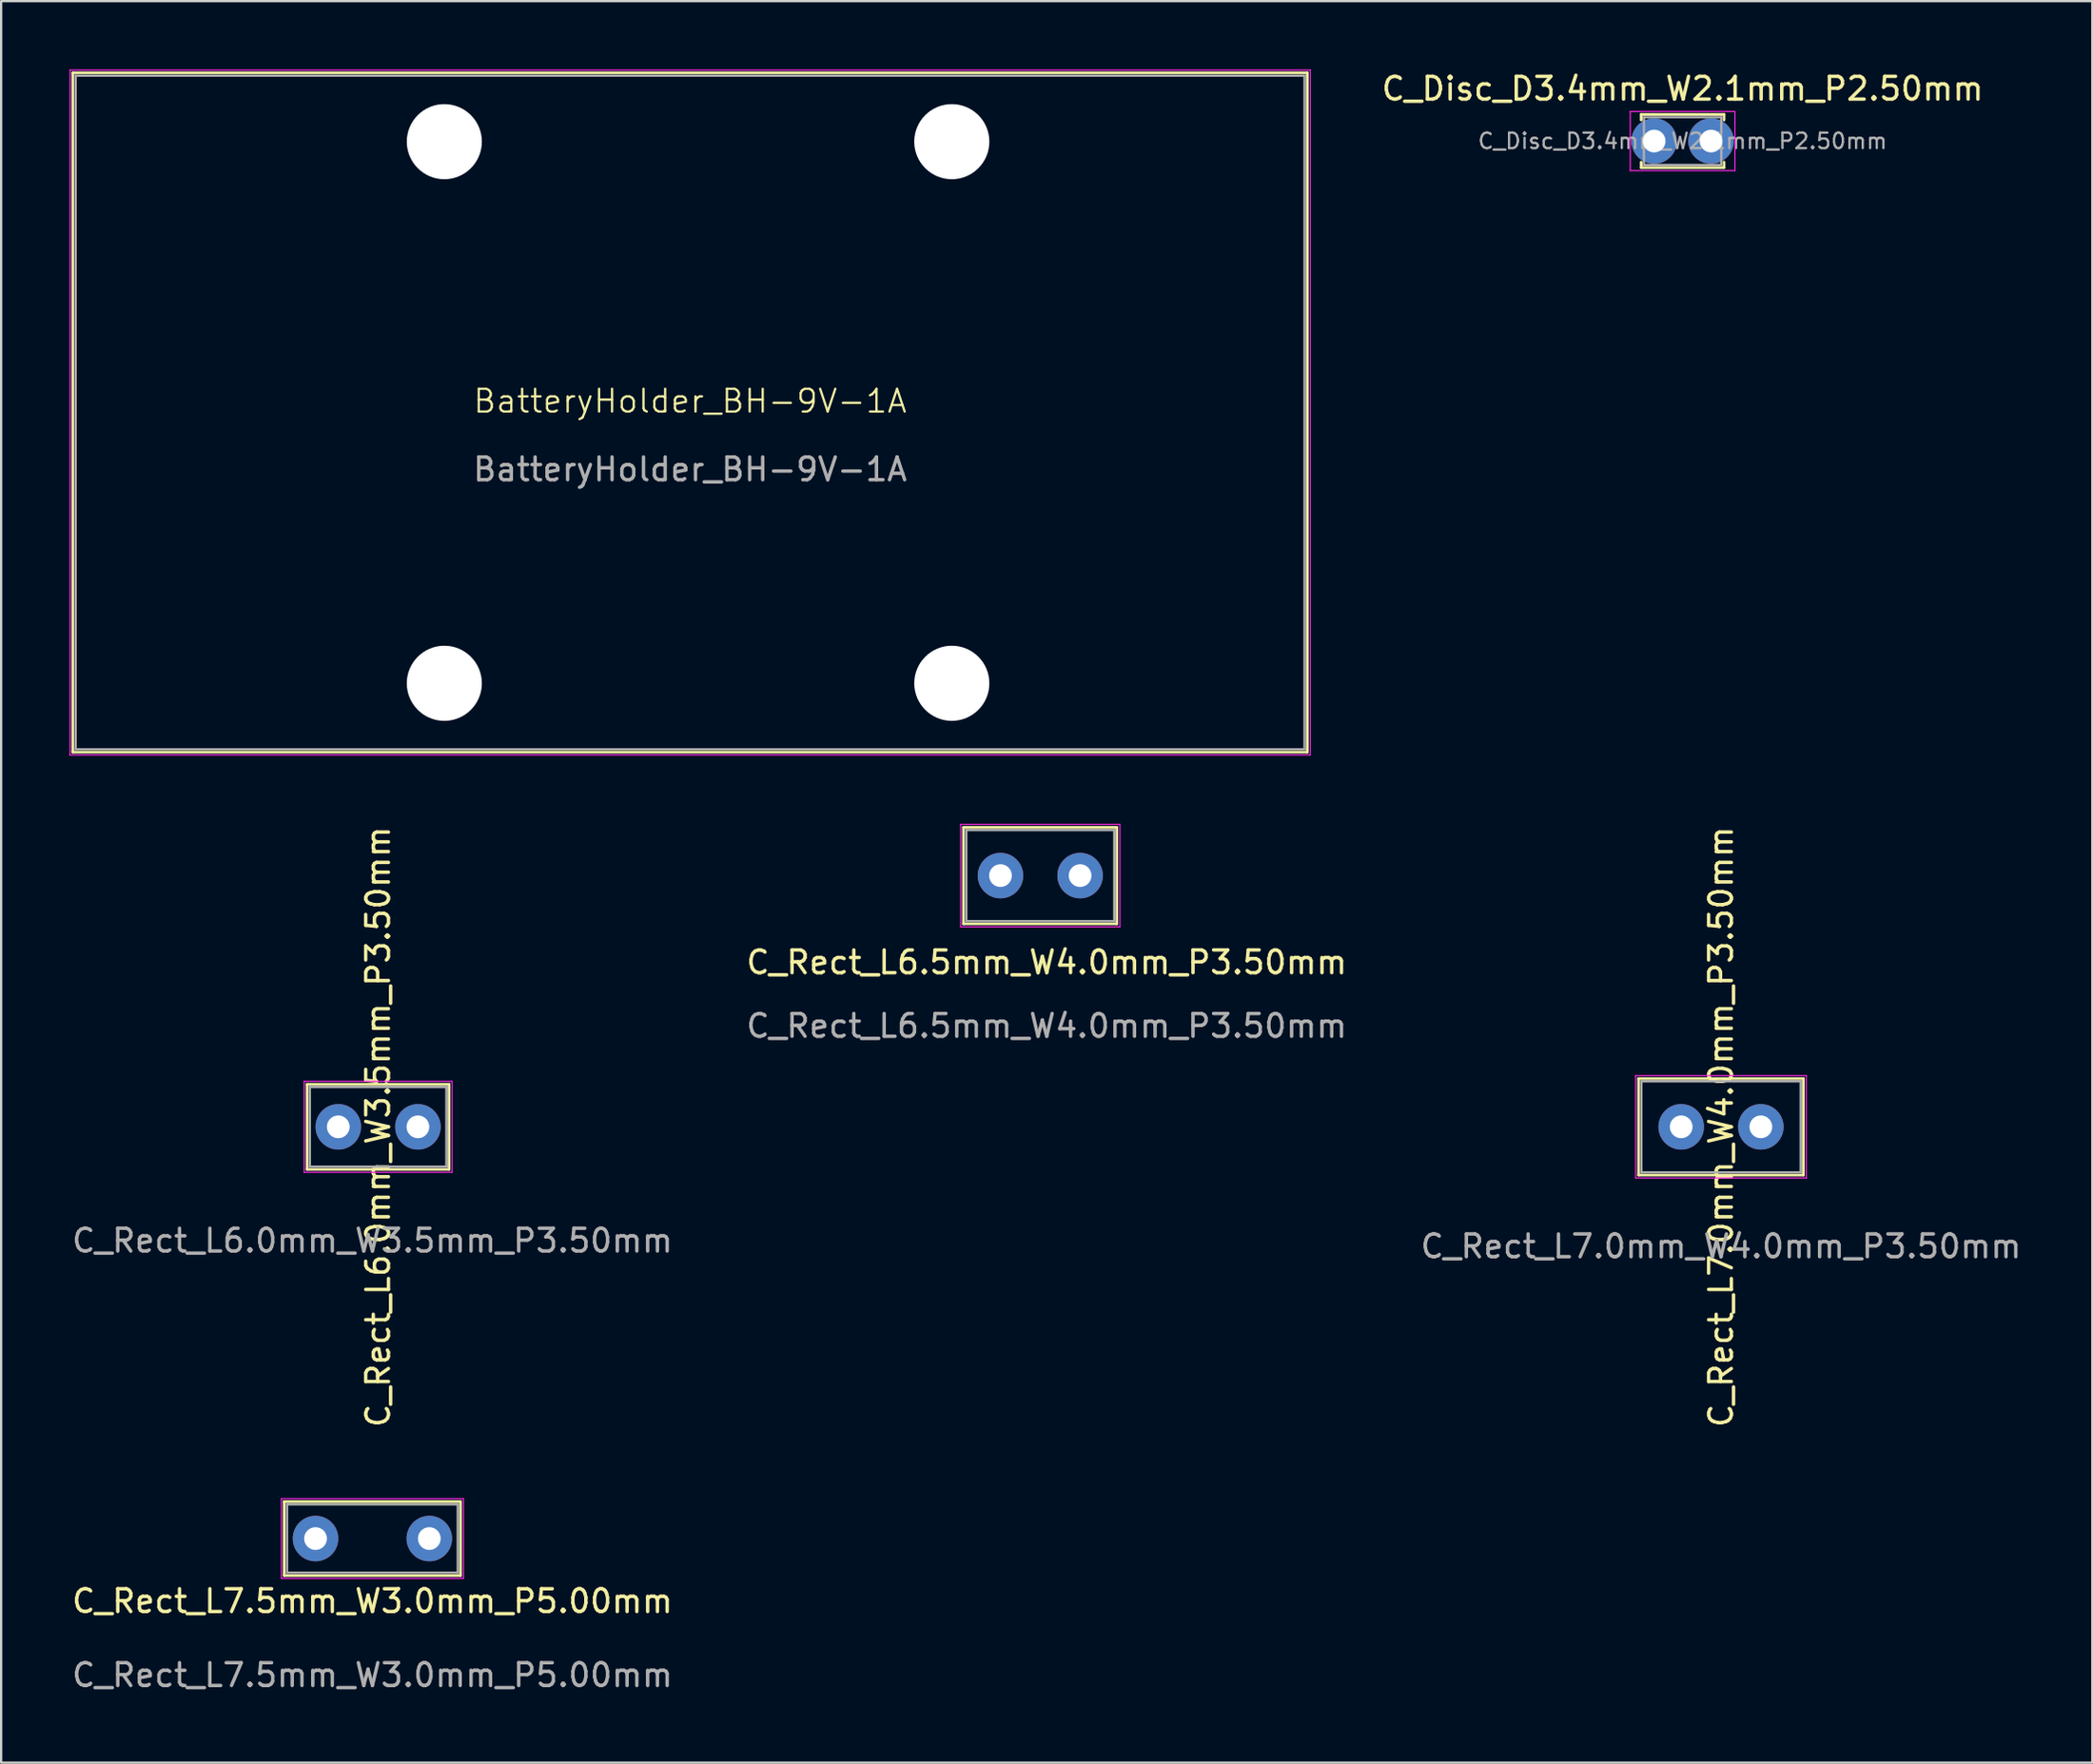
<source format=kicad_pcb>
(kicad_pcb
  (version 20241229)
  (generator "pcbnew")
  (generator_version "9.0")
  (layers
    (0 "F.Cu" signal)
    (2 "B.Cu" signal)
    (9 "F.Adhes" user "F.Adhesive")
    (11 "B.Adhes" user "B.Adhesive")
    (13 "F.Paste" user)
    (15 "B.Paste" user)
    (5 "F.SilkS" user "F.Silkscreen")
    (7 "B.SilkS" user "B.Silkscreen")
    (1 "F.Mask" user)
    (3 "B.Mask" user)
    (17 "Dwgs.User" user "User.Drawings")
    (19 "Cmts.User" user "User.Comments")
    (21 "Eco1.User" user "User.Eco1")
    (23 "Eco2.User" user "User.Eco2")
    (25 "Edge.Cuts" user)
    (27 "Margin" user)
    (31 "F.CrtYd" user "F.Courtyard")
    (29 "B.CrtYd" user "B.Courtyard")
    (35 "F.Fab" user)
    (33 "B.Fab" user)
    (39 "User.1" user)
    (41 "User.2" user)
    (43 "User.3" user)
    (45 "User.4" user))
  (footprint "C_Rect_L7.5mm_W3.0mm_P5.00mm"
    (layer "F.Cu")
    (at 10.815 64.556)
    (property "Reference" "C_Rect_L7.5mm_W3.0mm_P5.00mm" (at 2.5 2.75 0) (unlocked yes) (layer "F.SilkS") (effects (font (size 1 1) (thickness 0.15))))
    (attr through_hole)
    (fp_line (start -1.375 -1.625) (end -1.375 1.625) (stroke (width 0.12) (type solid)) (layer "F.SilkS"))
    (fp_line (start -1.375 -1.625) (end 6.375 -1.625) (stroke (width 0.12) (type solid)) (layer "F.SilkS"))
    (fp_line (start -1.375 1.625) (end 6.375 1.625) (stroke (width 0.12) (type solid)) (layer "F.SilkS"))
    (fp_line (start 6.375 -1.625) (end 6.375 1.625) (stroke (width 0.12) (type solid)) (layer "F.SilkS"))
    (fp_line (start -1.5 -1.75) (end -1.5 1.75) (stroke (width 0.05) (type solid)) (layer "F.CrtYd"))
    (fp_line (start -1.5 1.75) (end 6.5 1.75) (stroke (width 0.05) (type solid)) (layer "F.CrtYd"))
    (fp_line (start 6.5 -1.75) (end -1.5 -1.75) (stroke (width 0.05) (type solid)) (layer "F.CrtYd"))
    (fp_line (start 6.5 1.75) (end 6.5 -1.75) (stroke (width 0.05) (type solid)) (layer "F.CrtYd"))
    (fp_line (start -1.25 -1.5) (end -1.25 1.5) (stroke (width 0.1) (type solid)) (layer "F.Fab"))
    (fp_line (start -1.25 1.5) (end 6.25 1.5) (stroke (width 0.1) (type solid)) (layer "F.Fab"))
    (fp_line (start 6.25 -1.5) (end -1.25 -1.5) (stroke (width 0.1) (type solid)) (layer "F.Fab"))
    (fp_line (start 6.25 1.5) (end 6.25 -1.5) (stroke (width 0.1) (type solid)) (layer "F.Fab"))
    (fp_text user "${REFERENCE}" (at 2.5 6 0) (unlocked yes) (layer "F.Fab") (effects (font (size 1 1) (thickness 0.15))))
    (pad "1" thru_hole circle (at 0 0) (size 2 2) (drill 1) (layers "*.Cu" "*.Mask"))
    (pad "2" thru_hole circle (at 5 0) (size 2 2) (drill 1) (layers "*.Cu" "*.Mask")))
  (footprint "BatteryHolder_BH-9V-1A"
    (layer "F.Cu")
    (at 27.275 15.075)
    (property "Reference" "BatteryHolder_BH-9V-1A" (at 0 -0.5 0) (unlocked yes) (layer "F.SilkS") (effects (font (size 1 1) (thickness 0.1))))
    (attr through_hole)
    (fp_line (start -27.125 -14.925) (end -27.125 14.925) (stroke (width 0.12) (type solid)) (layer "F.SilkS"))
    (fp_line (start -27.125 14.925) (end 27.125 14.925) (stroke (width 0.12) (type solid)) (layer "F.SilkS"))
    (fp_line (start 27.125 -14.925) (end -27.125 -14.925) (stroke (width 0.12) (type solid)) (layer "F.SilkS"))
    (fp_line (start 27.125 -14.925) (end 27.125 14.925) (stroke (width 0.12) (type solid)) (layer "F.SilkS"))
    (fp_line (start -27.25 -15.05) (end -27.25 15.05) (stroke (width 0.05) (type solid)) (layer "F.CrtYd"))
    (fp_line (start -27.25 15.05) (end 27.25 15.05) (stroke (width 0.05) (type solid)) (layer "F.CrtYd"))
    (fp_line (start 27.25 -15.05) (end -27.25 -15.05) (stroke (width 0.05) (type solid)) (layer "F.CrtYd"))
    (fp_line (start 27.25 15.05) (end 27.25 -15.05) (stroke (width 0.05) (type solid)) (layer "F.CrtYd"))
    (fp_line (start -27 -14.8) (end -27 14.8) (stroke (width 0.1) (type solid)) (layer "F.Fab"))
    (fp_line (start -27 14.8) (end 27 14.8) (stroke (width 0.1) (type solid)) (layer "F.Fab"))
    (fp_line (start 27 -14.8) (end -27 -14.8) (stroke (width 0.1) (type solid)) (layer "F.Fab"))
    (fp_line (start 27 14.8) (end 27 -14.8) (stroke (width 0.1) (type solid)) (layer "F.Fab"))
    (fp_text user "${REFERENCE}" (at 0 2.5 0) (unlocked yes) (layer "F.Fab") (effects (font (size 1 1) (thickness 0.15))))
    (pad "" np_thru_hole circle (at -10.8 -11.9) (size 3.3 3.3) (drill 3.3) (layers "*.Cu" "*.Mask"))
    (pad "" np_thru_hole circle (at -10.8 11.9) (size 3.3 3.3) (drill 3.3) (layers "*.Cu" "*.Mask"))
    (pad "" np_thru_hole circle (at 11.5 -11.9) (size 3.3 3.3) (drill 3.3) (layers "*.Cu" "*.Mask"))
    (pad "" np_thru_hole circle (at 11.5 11.9) (size 3.3 3.3) (drill 3.3) (layers "*.Cu" "*.Mask")))
  (footprint "C_Rect_L6.5mm_W4.0mm_P3.50mm"
    (layer "F.Cu")
    (at 40.914 35.425)
    (property "Reference" "C_Rect_L6.5mm_W4.0mm_P3.50mm" (at 2.032 3.81 0) (unlocked yes) (layer "F.SilkS") (effects (font (size 1 1) (thickness 0.15))))
    (attr through_hole)
    (fp_line (start -1.625 -2.12) (end -1.625 2.12) (stroke (width 0.12) (type solid)) (layer "F.SilkS"))
    (fp_line (start -1.625 -2.12) (end 5.115 -2.12) (stroke (width 0.12) (type solid)) (layer "F.SilkS"))
    (fp_line (start -1.625 2.12) (end 5.115 2.12) (stroke (width 0.12) (type solid)) (layer "F.SilkS"))
    (fp_line (start 5.115 -2.12) (end 5.115 2.12) (stroke (width 0.12) (type solid)) (layer "F.SilkS"))
    (fp_line (start -1.75 -2.25) (end -1.75 2.25) (stroke (width 0.05) (type solid)) (layer "F.CrtYd"))
    (fp_line (start -1.75 2.25) (end 5.25 2.25) (stroke (width 0.05) (type solid)) (layer "F.CrtYd"))
    (fp_line (start 5.25 -2.25) (end -1.75 -2.25) (stroke (width 0.05) (type solid)) (layer "F.CrtYd"))
    (fp_line (start 5.25 2.25) (end 5.25 -2.25) (stroke (width 0.05) (type solid)) (layer "F.CrtYd"))
    (fp_line (start -1.5 -2) (end -1.5 2) (stroke (width 0.1) (type solid)) (layer "F.Fab"))
    (fp_line (start -1.5 2) (end 5 2) (stroke (width 0.1) (type solid)) (layer "F.Fab"))
    (fp_line (start 5 -2) (end -1.5 -2) (stroke (width 0.1) (type solid)) (layer "F.Fab"))
    (fp_line (start 5 2) (end 5 -2) (stroke (width 0.1) (type solid)) (layer "F.Fab"))
    (fp_text user "${REFERENCE}" (at 2.032 6.604 0) (unlocked yes) (layer "F.Fab") (effects (font (size 1 1) (thickness 0.15))))
    (pad "1" thru_hole circle (at 0 0) (size 2 2) (drill 1) (layers "*.Cu" "*.Mask"))
    (pad "2" thru_hole circle (at 3.5 0) (size 2 2) (drill 1) (layers "*.Cu" "*.Mask")))
  (footprint "C_Rect_L6.0mm_W3.5mm_P3.50mm"
    (layer "F.Cu")
    (at 11.815 46.465)
    (property "Reference" "C_Rect_L6.0mm_W3.5mm_P3.50mm" (at 1.75 0 90) (unlocked yes) (layer "F.SilkS") (effects (font (size 1 1) (thickness 0.15))))
    (attr through_hole)
    (fp_line (start -1.37 -1.87) (end -1.37 1.87) (stroke (width 0.12) (type solid)) (layer "F.SilkS"))
    (fp_line (start -1.37 -1.87) (end 4.87 -1.87) (stroke (width 0.12) (type solid)) (layer "F.SilkS"))
    (fp_line (start -1.37 1.87) (end 4.87 1.87) (stroke (width 0.12) (type solid)) (layer "F.SilkS"))
    (fp_line (start 4.87 -1.87) (end 4.87 1.87) (stroke (width 0.12) (type solid)) (layer "F.SilkS"))
    (fp_line (start -1.5 -2) (end -1.5 2) (stroke (width 0.05) (type solid)) (layer "F.CrtYd"))
    (fp_line (start -1.5 2) (end 5 2) (stroke (width 0.05) (type solid)) (layer "F.CrtYd"))
    (fp_line (start 5 -2) (end -1.5 -2) (stroke (width 0.05) (type solid)) (layer "F.CrtYd"))
    (fp_line (start 5 2) (end 5 -2) (stroke (width 0.05) (type solid)) (layer "F.CrtYd"))
    (fp_line (start -1.25 -1.75) (end -1.25 1.75) (stroke (width 0.1) (type solid)) (layer "F.Fab"))
    (fp_line (start -1.25 1.75) (end 4.75 1.75) (stroke (width 0.1) (type solid)) (layer "F.Fab"))
    (fp_line (start 4.75 -1.75) (end -1.25 -1.75) (stroke (width 0.1) (type solid)) (layer "F.Fab"))
    (fp_line (start 4.75 1.75) (end 4.75 -1.75) (stroke (width 0.1) (type solid)) (layer "F.Fab"))
    (fp_text user "${REFERENCE}" (at 1.5 5 0) (unlocked yes) (layer "F.Fab") (effects (font (size 1 1) (thickness 0.15))))
    (pad "1" thru_hole circle (at 0 0) (size 2 2) (drill 1) (layers "*.Cu" "*.Mask"))
    (pad "2" thru_hole circle (at 3.5 0) (size 2 2) (drill 1) (layers "*.Cu" "*.Mask")))
  (footprint "C_Disc_D3.4mm_W2.1mm_P2.50mm"
    (layer "F.Cu")
    (at 69.639 3.148)
    (property "Reference" "C_Disc_D3.4mm_W2.1mm_P2.50mm" (at 1.25 -2.3 0) (layer "F.SilkS") (effects (font (size 1 1) (thickness 0.15))))
    (attr through_hole)
    (fp_line (start -0.57 -1.17) (end -0.57 -0.925) (stroke (width 0.12) (type solid)) (layer "F.SilkS"))
    (fp_line (start -0.57 -1.17) (end 3.07 -1.17) (stroke (width 0.12) (type solid)) (layer "F.SilkS"))
    (fp_line (start -0.57 0.925) (end -0.57 1.17) (stroke (width 0.12) (type solid)) (layer "F.SilkS"))
    (fp_line (start -0.57 1.17) (end 3.07 1.17) (stroke (width 0.12) (type solid)) (layer "F.SilkS"))
    (fp_line (start 3.07 -1.17) (end 3.07 -0.925) (stroke (width 0.12) (type solid)) (layer "F.SilkS"))
    (fp_line (start 3.07 0.925) (end 3.07 1.17) (stroke (width 0.12) (type solid)) (layer "F.SilkS"))
    (fp_line (start -1.05 -1.3) (end -1.05 1.3) (stroke (width 0.05) (type solid)) (layer "F.CrtYd"))
    (fp_line (start -1.05 1.3) (end 3.55 1.3) (stroke (width 0.05) (type solid)) (layer "F.CrtYd"))
    (fp_line (start 3.55 -1.3) (end -1.05 -1.3) (stroke (width 0.05) (type solid)) (layer "F.CrtYd"))
    (fp_line (start 3.55 1.3) (end 3.55 -1.3) (stroke (width 0.05) (type solid)) (layer "F.CrtYd"))
    (fp_line (start -0.45 -1.05) (end -0.45 1.05) (stroke (width 0.1) (type solid)) (layer "F.Fab"))
    (fp_line (start -0.45 1.05) (end 2.95 1.05) (stroke (width 0.1) (type solid)) (layer "F.Fab"))
    (fp_line (start 2.95 -1.05) (end -0.45 -1.05) (stroke (width 0.1) (type solid)) (layer "F.Fab"))
    (fp_line (start 2.95 1.05) (end 2.95 -1.05) (stroke (width 0.1) (type solid)) (layer "F.Fab"))
    (fp_text user "${REFERENCE}" (at 1.25 0 0) (layer "F.Fab") (effects (font (size 0.68 0.68) (thickness 0.102))))
    (pad "1" thru_hole circle (at 0 0) (size 2 2) (drill 1) (layers "*.Cu" "*.Mask"))
    (pad "2" thru_hole circle (at 2.5 0) (size 2 2) (drill 1) (layers "*.Cu" "*.Mask")))
  (footprint "C_Rect_L7.0mm_W4.0mm_P3.50mm"
    (layer "F.Cu")
    (at 70.827 46.465)
    (property "Reference" "C_Rect_L7.0mm_W4.0mm_P3.50mm" (at 1.75 0 90) (unlocked yes) (layer "F.SilkS") (effects (font (size 1 1) (thickness 0.15))))
    (attr through_hole)
    (fp_line (start -1.87 -2.12) (end -1.87 2.12) (stroke (width 0.12) (type solid)) (layer "F.SilkS"))
    (fp_line (start -1.87 -2.12) (end 5.37 -2.12) (stroke (width 0.12) (type solid)) (layer "F.SilkS"))
    (fp_line (start -1.87 2.12) (end 5.37 2.12) (stroke (width 0.12) (type solid)) (layer "F.SilkS"))
    (fp_line (start 5.37 -2.12) (end 5.37 2.12) (stroke (width 0.12) (type solid)) (layer "F.SilkS"))
    (fp_line (start -2 -2.25) (end -2 2.25) (stroke (width 0.05) (type solid)) (layer "F.CrtYd"))
    (fp_line (start -2 2.25) (end 5.5 2.25) (stroke (width 0.05) (type solid)) (layer "F.CrtYd"))
    (fp_line (start 5.5 -2.25) (end -2 -2.25) (stroke (width 0.05) (type solid)) (layer "F.CrtYd"))
    (fp_line (start 5.5 2.25) (end 5.5 -2.25) (stroke (width 0.05) (type solid)) (layer "F.CrtYd"))
    (fp_line (start -1.75 -2) (end -1.75 2) (stroke (width 0.1) (type solid)) (layer "F.Fab"))
    (fp_line (start -1.75 2) (end 5.25 2) (stroke (width 0.1) (type solid)) (layer "F.Fab"))
    (fp_line (start 5.25 -2) (end -1.75 -2) (stroke (width 0.1) (type solid)) (layer "F.Fab"))
    (fp_line (start 5.25 2) (end 5.25 -2) (stroke (width 0.1) (type solid)) (layer "F.Fab"))
    (fp_text user "${REFERENCE}" (at 1.75 5.25 0) (unlocked yes) (layer "F.Fab") (effects (font (size 1 1) (thickness 0.15))))
    (pad "1" thru_hole circle (at 0 0) (size 2 2) (drill 1) (layers "*.Cu" "*.Mask"))
    (pad "2" thru_hole circle (at 3.5 0) (size 2 2) (drill 1) (layers "*.Cu" "*.Mask")))
  (gr_rect
    (start -3 -3)
    (end 88.893 74.404)
    (stroke (width 0.1) (type default))
    (fill no)
    (layer "Edge.Cuts")))
</source>
